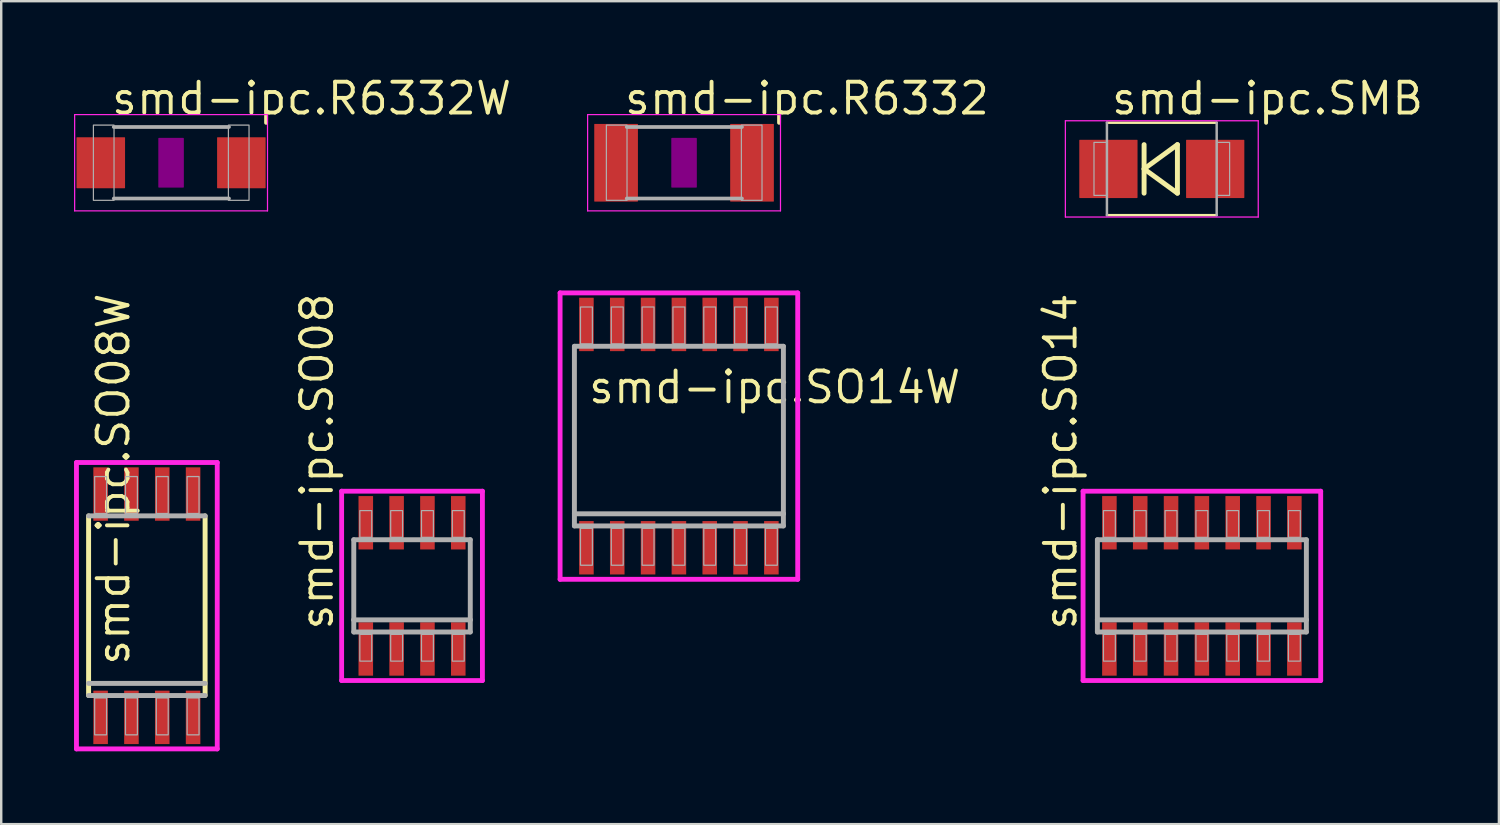
<source format=kicad_pcb>
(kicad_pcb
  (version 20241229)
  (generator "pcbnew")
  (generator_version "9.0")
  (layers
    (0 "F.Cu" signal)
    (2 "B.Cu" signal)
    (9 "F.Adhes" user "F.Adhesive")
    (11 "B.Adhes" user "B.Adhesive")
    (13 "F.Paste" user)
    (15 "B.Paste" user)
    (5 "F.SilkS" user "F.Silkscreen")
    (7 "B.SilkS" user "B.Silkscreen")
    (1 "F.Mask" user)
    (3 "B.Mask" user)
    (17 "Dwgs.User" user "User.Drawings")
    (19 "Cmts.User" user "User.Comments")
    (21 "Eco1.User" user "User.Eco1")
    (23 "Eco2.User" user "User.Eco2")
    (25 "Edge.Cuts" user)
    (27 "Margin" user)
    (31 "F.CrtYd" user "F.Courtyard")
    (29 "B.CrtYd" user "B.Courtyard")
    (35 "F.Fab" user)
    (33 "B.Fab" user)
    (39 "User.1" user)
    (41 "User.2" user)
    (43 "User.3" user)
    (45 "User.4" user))
  (footprint "smd-ipc.SO08"
    (layer "F.Cu")
    (at 13.925 21.087)
    (property "Reference" "smd-ipc.SO08" (at -3.175 1.905 90) (layer "F.SilkS") (effects (font (size 1.27 1.27) (thickness 0.16)) (justify left bottom)))
    (attr smd)
    (fp_line (start -2.9 -3.9) (end 2.9 -3.9) (stroke (width 0.2) (type default)) (layer "F.CrtYd"))
    (fp_line (start -2.9 3.9) (end -2.9 -3.9) (stroke (width 0.2) (type default)) (layer "F.CrtYd"))
    (fp_line (start 2.9 -3.9) (end 2.9 3.9) (stroke (width 0.2) (type default)) (layer "F.CrtYd"))
    (fp_line (start 2.9 3.9) (end -2.9 3.9) (stroke (width 0.2) (type default)) (layer "F.CrtYd"))
    (fp_line (start -2.4 -1.9) (end 2.4 -1.9) (stroke (width 0.203) (type default)) (layer "F.Fab"))
    (fp_line (start -2.4 1.4) (end -2.4 -1.9) (stroke (width 0.203) (type default)) (layer "F.Fab"))
    (fp_line (start -2.4 1.9) (end -2.4 1.4) (stroke (width 0.203) (type default)) (layer "F.Fab"))
    (fp_line (start 2.4 -1.9) (end 2.4 1.4) (stroke (width 0.203) (type default)) (layer "F.Fab"))
    (fp_line (start 2.4 1.4) (end -2.4 1.4) (stroke (width 0.203) (type default)) (layer "F.Fab"))
    (fp_line (start 2.4 1.4) (end 2.4 1.9) (stroke (width 0.203) (type default)) (layer "F.Fab"))
    (fp_line (start 2.4 1.9) (end -2.4 1.9) (stroke (width 0.203) (type default)) (layer "F.Fab"))
    (fp_rect (start -2.15 -2) (end -1.66 -3.1) (stroke (width 0.05) (type default)) (fill no) (layer "F.Fab"))
    (fp_rect (start -2.15 3.1) (end -1.66 2) (stroke (width 0.05) (type default)) (fill no) (layer "F.Fab"))
    (fp_rect (start -0.88 -2) (end -0.39 -3.1) (stroke (width 0.05) (type default)) (fill no) (layer "F.Fab"))
    (fp_rect (start -0.88 3.1) (end -0.39 2) (stroke (width 0.05) (type default)) (fill no) (layer "F.Fab"))
    (fp_rect (start 0.39 -2) (end 0.88 -3.1) (stroke (width 0.05) (type default)) (fill no) (layer "F.Fab"))
    (fp_rect (start 0.39 3.1) (end 0.88 2) (stroke (width 0.05) (type default)) (fill no) (layer "F.Fab"))
    (fp_rect (start 1.66 -2) (end 2.15 -3.1) (stroke (width 0.05) (type default)) (fill no) (layer "F.Fab"))
    (fp_rect (start 1.66 3.1) (end 2.15 2) (stroke (width 0.05) (type default)) (fill no) (layer "F.Fab"))
    (pad "1" smd roundrect (at -1.905 2.6) (size 0.6 2.2) (layers "F.Cu" "F.Mask" "F.Paste") (roundrect_rratio 0.01))
    (pad "2" smd roundrect (at -0.635 2.6) (size 0.6 2.2) (layers "F.Cu" "F.Mask" "F.Paste") (roundrect_rratio 0.01))
    (pad "3" smd roundrect (at 0.635 2.6) (size 0.6 2.2) (layers "F.Cu" "F.Mask" "F.Paste") (roundrect_rratio 0.01))
    (pad "4" smd roundrect (at 1.905 2.6) (size 0.6 2.2) (layers "F.Cu" "F.Mask" "F.Paste") (roundrect_rratio 0.01))
    (pad "5" smd roundrect (at 1.905 -2.6) (size 0.6 2.2) (layers "F.Cu" "F.Mask" "F.Paste") (roundrect_rratio 0.01))
    (pad "6" smd roundrect (at 0.635 -2.6) (size 0.6 2.2) (layers "F.Cu" "F.Mask" "F.Paste") (roundrect_rratio 0.01))
    (pad "7" smd roundrect (at -0.635 -2.6) (size 0.6 2.2) (layers "F.Cu" "F.Mask" "F.Paste") (roundrect_rratio 0.01))
    (pad "8" smd roundrect (at -1.905 -2.6) (size 0.6 2.2) (layers "F.Cu" "F.Mask" "F.Paste") (roundrect_rratio 0.01)))
  (footprint "smd-ipc.SO14"
    (layer "F.Cu")
    (at 46.466 21.087)
    (property "Reference" "smd-ipc.SO14" (at -5.08 1.905 90) (layer "F.SilkS") (effects (font (size 1.27 1.27) (thickness 0.16)) (justify left bottom)))
    (attr smd)
    (fp_line (start -4.895 -3.9) (end 4.895 -3.9) (stroke (width 0.2) (type default)) (layer "F.CrtYd"))
    (fp_line (start -4.895 3.9) (end -4.895 -3.9) (stroke (width 0.2) (type default)) (layer "F.CrtYd"))
    (fp_line (start 4.895 -3.9) (end 4.895 3.9) (stroke (width 0.2) (type default)) (layer "F.CrtYd"))
    (fp_line (start 4.895 3.9) (end -4.895 3.9) (stroke (width 0.2) (type default)) (layer "F.CrtYd"))
    (fp_line (start -4.305 -1.9) (end 4.305 -1.9) (stroke (width 0.203) (type default)) (layer "F.Fab"))
    (fp_line (start -4.305 1.4) (end -4.305 -1.9) (stroke (width 0.203) (type default)) (layer "F.Fab"))
    (fp_line (start -4.305 1.9) (end -4.305 1.4) (stroke (width 0.203) (type default)) (layer "F.Fab"))
    (fp_line (start 4.305 -1.9) (end 4.305 1.4) (stroke (width 0.203) (type default)) (layer "F.Fab"))
    (fp_line (start 4.305 1.4) (end -4.305 1.4) (stroke (width 0.203) (type default)) (layer "F.Fab"))
    (fp_line (start 4.305 1.4) (end 4.305 1.9) (stroke (width 0.203) (type default)) (layer "F.Fab"))
    (fp_line (start 4.305 1.9) (end -4.305 1.9) (stroke (width 0.203) (type default)) (layer "F.Fab"))
    (fp_rect (start -4.055 -2) (end -3.565 -3.1) (stroke (width 0.05) (type default)) (fill no) (layer "F.Fab"))
    (fp_rect (start -4.055 3.1) (end -3.565 2) (stroke (width 0.05) (type default)) (fill no) (layer "F.Fab"))
    (fp_rect (start -2.785 -2) (end -2.295 -3.1) (stroke (width 0.05) (type default)) (fill no) (layer "F.Fab"))
    (fp_rect (start -2.785 3.1) (end -2.295 2) (stroke (width 0.05) (type default)) (fill no) (layer "F.Fab"))
    (fp_rect (start -1.515 -2) (end -1.025 -3.1) (stroke (width 0.05) (type default)) (fill no) (layer "F.Fab"))
    (fp_rect (start -1.515 3.1) (end -1.025 2) (stroke (width 0.05) (type default)) (fill no) (layer "F.Fab"))
    (fp_rect (start -0.245 -2) (end 0.245 -3.1) (stroke (width 0.05) (type default)) (fill no) (layer "F.Fab"))
    (fp_rect (start -0.245 3.1) (end 0.245 2) (stroke (width 0.05) (type default)) (fill no) (layer "F.Fab"))
    (fp_rect (start 1.025 -2) (end 1.515 -3.1) (stroke (width 0.05) (type default)) (fill no) (layer "F.Fab"))
    (fp_rect (start 1.025 3.1) (end 1.515 2) (stroke (width 0.05) (type default)) (fill no) (layer "F.Fab"))
    (fp_rect (start 2.295 -2) (end 2.785 -3.1) (stroke (width 0.05) (type default)) (fill no) (layer "F.Fab"))
    (fp_rect (start 2.295 3.1) (end 2.785 2) (stroke (width 0.05) (type default)) (fill no) (layer "F.Fab"))
    (fp_rect (start 3.565 -2) (end 4.055 -3.1) (stroke (width 0.05) (type default)) (fill no) (layer "F.Fab"))
    (fp_rect (start 3.565 3.1) (end 4.055 2) (stroke (width 0.05) (type default)) (fill no) (layer "F.Fab"))
    (pad "1" smd roundrect (at -3.81 2.6) (size 0.6 2.2) (layers "F.Cu" "F.Mask" "F.Paste") (roundrect_rratio 0.01))
    (pad "2" smd roundrect (at -2.54 2.6) (size 0.6 2.2) (layers "F.Cu" "F.Mask" "F.Paste") (roundrect_rratio 0.01))
    (pad "3" smd roundrect (at -1.27 2.6) (size 0.6 2.2) (layers "F.Cu" "F.Mask" "F.Paste") (roundrect_rratio 0.01))
    (pad "4" smd roundrect (at 0 2.6) (size 0.6 2.2) (layers "F.Cu" "F.Mask" "F.Paste") (roundrect_rratio 0.01))
    (pad "5" smd roundrect (at 1.27 2.6) (size 0.6 2.2) (layers "F.Cu" "F.Mask" "F.Paste") (roundrect_rratio 0.01))
    (pad "6" smd roundrect (at 2.54 2.6) (size 0.6 2.2) (layers "F.Cu" "F.Mask" "F.Paste") (roundrect_rratio 0.01))
    (pad "7" smd roundrect (at 3.81 2.6) (size 0.6 2.2) (layers "F.Cu" "F.Mask" "F.Paste") (roundrect_rratio 0.01))
    (pad "8" smd roundrect (at 3.81 -2.6) (size 0.6 2.2) (layers "F.Cu" "F.Mask" "F.Paste") (roundrect_rratio 0.01))
    (pad "9" smd roundrect (at 2.54 -2.6) (size 0.6 2.2) (layers "F.Cu" "F.Mask" "F.Paste") (roundrect_rratio 0.01))
    (pad "10" smd roundrect (at 1.27 -2.6) (size 0.6 2.2) (layers "F.Cu" "F.Mask" "F.Paste") (roundrect_rratio 0.01))
    (pad "11" smd roundrect (at 0 -2.6) (size 0.6 2.2) (layers "F.Cu" "F.Mask" "F.Paste") (roundrect_rratio 0.01))
    (pad "12" smd roundrect (at -1.27 -2.6) (size 0.6 2.2) (layers "F.Cu" "F.Mask" "F.Paste") (roundrect_rratio 0.01))
    (pad "13" smd roundrect (at -2.54 -2.6) (size 0.6 2.2) (layers "F.Cu" "F.Mask" "F.Paste") (roundrect_rratio 0.01))
    (pad "14" smd roundrect (at -3.81 -2.6) (size 0.6 2.2) (layers "F.Cu" "F.Mask" "F.Paste") (roundrect_rratio 0.01)))
  (footprint "smd-ipc.SO14W"
    (layer "F.Cu")
    (at 24.92 14.917)
    (property "Reference" "smd-ipc.SO14W" (at -3.81 -1.27 0) (layer "F.SilkS") (effects (font (size 1.27 1.27) (thickness 0.16)) (justify left bottom)))
    (attr smd)
    (fp_line (start -4.895 -5.9) (end 4.895 -5.9) (stroke (width 0.2) (type default)) (layer "F.CrtYd"))
    (fp_line (start -4.895 5.9) (end -4.895 -5.9) (stroke (width 0.2) (type default)) (layer "F.CrtYd"))
    (fp_line (start 4.895 -5.9) (end 4.895 5.9) (stroke (width 0.2) (type default)) (layer "F.CrtYd"))
    (fp_line (start 4.895 5.9) (end -4.895 5.9) (stroke (width 0.2) (type default)) (layer "F.CrtYd"))
    (fp_line (start -4.305 -3.7) (end 4.305 -3.7) (stroke (width 0.203) (type default)) (layer "F.Fab"))
    (fp_line (start -4.305 3.2) (end -4.305 -3.7) (stroke (width 0.203) (type default)) (layer "F.Fab"))
    (fp_line (start -4.305 3.7) (end -4.305 3.2) (stroke (width 0.203) (type default)) (layer "F.Fab"))
    (fp_line (start 4.305 -3.7) (end 4.305 3.2) (stroke (width 0.203) (type default)) (layer "F.Fab"))
    (fp_line (start 4.305 3.2) (end -4.305 3.2) (stroke (width 0.203) (type default)) (layer "F.Fab"))
    (fp_line (start 4.305 3.2) (end 4.305 3.7) (stroke (width 0.203) (type default)) (layer "F.Fab"))
    (fp_line (start 4.305 3.7) (end -4.305 3.7) (stroke (width 0.203) (type default)) (layer "F.Fab"))
    (fp_rect (start -4.055 -3.8) (end -3.565 -5.32) (stroke (width 0.05) (type default)) (fill no) (layer "F.Fab"))
    (fp_rect (start -4.055 5.32) (end -3.565 3.8) (stroke (width 0.05) (type default)) (fill no) (layer "F.Fab"))
    (fp_rect (start -2.785 -3.8) (end -2.295 -5.32) (stroke (width 0.05) (type default)) (fill no) (layer "F.Fab"))
    (fp_rect (start -2.785 5.32) (end -2.295 3.8) (stroke (width 0.05) (type default)) (fill no) (layer "F.Fab"))
    (fp_rect (start -1.515 -3.8) (end -1.025 -5.32) (stroke (width 0.05) (type default)) (fill no) (layer "F.Fab"))
    (fp_rect (start -1.515 5.32) (end -1.025 3.8) (stroke (width 0.05) (type default)) (fill no) (layer "F.Fab"))
    (fp_rect (start -0.245 -3.8) (end 0.245 -5.32) (stroke (width 0.05) (type default)) (fill no) (layer "F.Fab"))
    (fp_rect (start -0.245 5.32) (end 0.245 3.8) (stroke (width 0.05) (type default)) (fill no) (layer "F.Fab"))
    (fp_rect (start 1.025 -3.8) (end 1.515 -5.32) (stroke (width 0.05) (type default)) (fill no) (layer "F.Fab"))
    (fp_rect (start 1.025 5.32) (end 1.515 3.8) (stroke (width 0.05) (type default)) (fill no) (layer "F.Fab"))
    (fp_rect (start 2.295 -3.8) (end 2.785 -5.32) (stroke (width 0.05) (type default)) (fill no) (layer "F.Fab"))
    (fp_rect (start 2.295 5.32) (end 2.785 3.8) (stroke (width 0.05) (type default)) (fill no) (layer "F.Fab"))
    (fp_rect (start 3.565 -3.8) (end 4.055 -5.32) (stroke (width 0.05) (type default)) (fill no) (layer "F.Fab"))
    (fp_rect (start 3.565 5.32) (end 4.055 3.8) (stroke (width 0.05) (type default)) (fill no) (layer "F.Fab"))
    (pad "1" smd roundrect (at -3.81 4.6) (size 0.6 2.2) (layers "F.Cu" "F.Mask" "F.Paste") (roundrect_rratio 0.01))
    (pad "2" smd roundrect (at -2.54 4.6) (size 0.6 2.2) (layers "F.Cu" "F.Mask" "F.Paste") (roundrect_rratio 0.01))
    (pad "3" smd roundrect (at -1.27 4.6) (size 0.6 2.2) (layers "F.Cu" "F.Mask" "F.Paste") (roundrect_rratio 0.01))
    (pad "4" smd roundrect (at 0 4.6) (size 0.6 2.2) (layers "F.Cu" "F.Mask" "F.Paste") (roundrect_rratio 0.01))
    (pad "5" smd roundrect (at 1.27 4.6) (size 0.6 2.2) (layers "F.Cu" "F.Mask" "F.Paste") (roundrect_rratio 0.01))
    (pad "6" smd roundrect (at 2.54 4.6) (size 0.6 2.2) (layers "F.Cu" "F.Mask" "F.Paste") (roundrect_rratio 0.01))
    (pad "7" smd roundrect (at 3.81 4.6) (size 0.6 2.2) (layers "F.Cu" "F.Mask" "F.Paste") (roundrect_rratio 0.01))
    (pad "8" smd roundrect (at 3.81 -4.6) (size 0.6 2.2) (layers "F.Cu" "F.Mask" "F.Paste") (roundrect_rratio 0.01))
    (pad "9" smd roundrect (at 2.54 -4.6) (size 0.6 2.2) (layers "F.Cu" "F.Mask" "F.Paste") (roundrect_rratio 0.01))
    (pad "10" smd roundrect (at 1.27 -4.6) (size 0.6 2.2) (layers "F.Cu" "F.Mask" "F.Paste") (roundrect_rratio 0.01))
    (pad "11" smd roundrect (at 0 -4.6) (size 0.6 2.2) (layers "F.Cu" "F.Mask" "F.Paste") (roundrect_rratio 0.01))
    (pad "12" smd roundrect (at -1.27 -4.6) (size 0.6 2.2) (layers "F.Cu" "F.Mask" "F.Paste") (roundrect_rratio 0.01))
    (pad "13" smd roundrect (at -2.54 -4.6) (size 0.6 2.2) (layers "F.Cu" "F.Mask" "F.Paste") (roundrect_rratio 0.01))
    (pad "14" smd roundrect (at -3.81 -4.6) (size 0.6 2.2) (layers "F.Cu" "F.Mask" "F.Paste") (roundrect_rratio 0.01)))
  (footprint "smd-ipc.R6332W"
    (layer "F.Cu")
    (at 3.998 3.655)
    (property "Reference" "smd-ipc.R6332W" (at -2.54 -1.905 0) (layer "F.SilkS") (effects (font (size 1.27 1.27) (thickness 0.16)) (justify left bottom)))
    (attr smd)
    (fp_rect (start -0.5 1) (end 0.5 -1) (stroke (width 0.05) (type default)) (fill yes) (layer "F.Adhes"))
    (fp_line (start -3.973 -1.983) (end 3.973 -1.983) (stroke (width 0.051) (type default)) (layer "F.CrtYd"))
    (fp_line (start -3.973 1.983) (end -3.973 -1.983) (stroke (width 0.051) (type default)) (layer "F.CrtYd"))
    (fp_line (start 3.973 -1.983) (end 3.973 1.983) (stroke (width 0.051) (type default)) (layer "F.CrtYd"))
    (fp_line (start 3.973 1.983) (end -3.973 1.983) (stroke (width 0.051) (type default)) (layer "F.CrtYd"))
    (fp_line (start -2.362 -1.473) (end 2.387 -1.473) (stroke (width 0.152) (type default)) (layer "F.Fab"))
    (fp_line (start -2.362 1.473) (end 2.387 1.473) (stroke (width 0.152) (type default)) (layer "F.Fab"))
    (fp_rect (start -3.2 1.549) (end -2.35 -1.551) (stroke (width 0.05) (type default)) (fill no) (layer "F.Fab"))
    (fp_rect (start 2.362 1.549) (end 3.212 -1.551) (stroke (width 0.05) (type default)) (fill no) (layer "F.Fab"))
    (pad "1" smd roundrect (at -2.896 0) (size 2 2.1) (layers "F.Cu" "F.Mask" "F.Paste") (roundrect_rratio 0.01))
    (pad "2" smd roundrect (at 2.896 0) (size 2 2.1) (layers "F.Cu" "F.Mask" "F.Paste") (roundrect_rratio 0.01)))
  (footprint "smd-ipc.SO08W"
    (layer "F.Cu")
    (at 3 21.904)
    (property "Reference" "smd-ipc.SO08W" (at -0.635 2.54 90) (layer "F.SilkS") (effects (font (size 1.27 1.27) (thickness 0.16)) (justify left bottom)))
    (attr smd)
    (fp_line (start -2.4 3.7) (end -2.4 -3.7) (stroke (width 0.203) (type default)) (layer "F.SilkS"))
    (fp_line (start 2.4 -3.7) (end 2.4 3.7) (stroke (width 0.203) (type default)) (layer "F.SilkS"))
    (fp_line (start -2.9 -5.9) (end 2.9 -5.9) (stroke (width 0.2) (type default)) (layer "F.CrtYd"))
    (fp_line (start -2.9 5.9) (end -2.9 -5.9) (stroke (width 0.2) (type default)) (layer "F.CrtYd"))
    (fp_line (start 2.9 -5.9) (end 2.9 5.9) (stroke (width 0.2) (type default)) (layer "F.CrtYd"))
    (fp_line (start 2.9 5.9) (end -2.9 5.9) (stroke (width 0.2) (type default)) (layer "F.CrtYd"))
    (fp_line (start -2.4 -3.7) (end 2.4 -3.7) (stroke (width 0.203) (type default)) (layer "F.Fab"))
    (fp_line (start 2.4 3.2) (end -2.4 3.2) (stroke (width 0.203) (type default)) (layer "F.Fab"))
    (fp_line (start 2.4 3.7) (end -2.4 3.7) (stroke (width 0.203) (type default)) (layer "F.Fab"))
    (fp_rect (start -2.15 -3.8) (end -1.66 -5.32) (stroke (width 0.05) (type default)) (fill no) (layer "F.Fab"))
    (fp_rect (start -2.15 5.32) (end -1.66 3.8) (stroke (width 0.05) (type default)) (fill no) (layer "F.Fab"))
    (fp_rect (start -0.88 -3.8) (end -0.39 -5.32) (stroke (width 0.05) (type default)) (fill no) (layer "F.Fab"))
    (fp_rect (start -0.88 5.32) (end -0.39 3.8) (stroke (width 0.05) (type default)) (fill no) (layer "F.Fab"))
    (fp_rect (start 0.39 -3.8) (end 0.88 -5.32) (stroke (width 0.05) (type default)) (fill no) (layer "F.Fab"))
    (fp_rect (start 0.39 5.32) (end 0.88 3.8) (stroke (width 0.05) (type default)) (fill no) (layer "F.Fab"))
    (fp_rect (start 1.66 -3.8) (end 2.15 -5.32) (stroke (width 0.05) (type default)) (fill no) (layer "F.Fab"))
    (fp_rect (start 1.66 5.32) (end 2.15 3.8) (stroke (width 0.05) (type default)) (fill no) (layer "F.Fab"))
    (pad "1" smd roundrect (at -1.905 4.6) (size 0.6 2.2) (layers "F.Cu" "F.Mask" "F.Paste") (roundrect_rratio 0.01))
    (pad "2" smd roundrect (at -0.635 4.6) (size 0.6 2.2) (layers "F.Cu" "F.Mask" "F.Paste") (roundrect_rratio 0.01))
    (pad "3" smd roundrect (at 0.635 4.6) (size 0.6 2.2) (layers "F.Cu" "F.Mask" "F.Paste") (roundrect_rratio 0.01))
    (pad "4" smd roundrect (at 1.905 4.6) (size 0.6 2.2) (layers "F.Cu" "F.Mask" "F.Paste") (roundrect_rratio 0.01))
    (pad "5" smd roundrect (at 1.905 -4.6) (size 0.6 2.2) (layers "F.Cu" "F.Mask" "F.Paste") (roundrect_rratio 0.01))
    (pad "6" smd roundrect (at 0.635 -4.6) (size 0.6 2.2) (layers "F.Cu" "F.Mask" "F.Paste") (roundrect_rratio 0.01))
    (pad "7" smd roundrect (at -0.635 -4.6) (size 0.6 2.2) (layers "F.Cu" "F.Mask" "F.Paste") (roundrect_rratio 0.01))
    (pad "8" smd roundrect (at -1.905 -4.6) (size 0.6 2.2) (layers "F.Cu" "F.Mask" "F.Paste") (roundrect_rratio 0.01)))
  (footprint "smd-ipc.R6332"
    (layer "F.Cu")
    (at 25.132 3.655)
    (property "Reference" "smd-ipc.R6332" (at -2.54 -1.905 0) (layer "F.SilkS") (effects (font (size 1.27 1.27) (thickness 0.16)) (justify left bottom)))
    (attr smd)
    (fp_rect (start -0.5 1) (end 0.5 -1) (stroke (width 0.05) (type default)) (fill yes) (layer "F.Adhes"))
    (fp_line (start -3.973 -1.983) (end 3.973 -1.983) (stroke (width 0.051) (type default)) (layer "F.CrtYd"))
    (fp_line (start -3.973 1.983) (end -3.973 -1.983) (stroke (width 0.051) (type default)) (layer "F.CrtYd"))
    (fp_line (start 3.973 -1.983) (end 3.973 1.983) (stroke (width 0.051) (type default)) (layer "F.CrtYd"))
    (fp_line (start 3.973 1.983) (end -3.973 1.983) (stroke (width 0.051) (type default)) (layer "F.CrtYd"))
    (fp_line (start -2.362 -1.473) (end 2.387 -1.473) (stroke (width 0.152) (type default)) (layer "F.Fab"))
    (fp_line (start -2.362 1.473) (end 2.387 1.473) (stroke (width 0.152) (type default)) (layer "F.Fab"))
    (fp_rect (start -3.2 1.549) (end -2.35 -1.551) (stroke (width 0.05) (type default)) (fill no) (layer "F.Fab"))
    (fp_rect (start 2.362 1.549) (end 3.212 -1.551) (stroke (width 0.05) (type default)) (fill no) (layer "F.Fab"))
    (pad "1" smd roundrect (at -2.8 0) (size 1.8 3.2) (layers "F.Cu" "F.Mask" "F.Paste") (roundrect_rratio 0.01))
    (pad "2" smd roundrect (at 2.8 0) (size 1.8 3.2) (layers "F.Cu" "F.Mask" "F.Paste") (roundrect_rratio 0.01)))
  (footprint "smd-ipc.SMB"
    (layer "F.Cu")
    (at 44.815 3.909)
    (property "Reference" "smd-ipc.SMB" (at -2.159 -2.159 0) (layer "F.SilkS") (effects (font (size 1.27 1.27) (thickness 0.16)) (justify left bottom)))
    (attr smd)
    (fp_line (start -2.261 -1.905) (end 2.261 -1.905) (stroke (width 0.102) (type default)) (layer "F.SilkS"))
    (fp_line (start -2.261 1.905) (end 2.261 1.905) (stroke (width 0.102) (type default)) (layer "F.SilkS"))
    (fp_line (start -0.73 -1) (end -0.73 1) (stroke (width 0.203) (type default)) (layer "F.SilkS"))
    (fp_line (start -0.73 0) (end 0.643 1) (stroke (width 0.203) (type default)) (layer "F.SilkS"))
    (fp_line (start 0.643 -1) (end -0.73 0) (stroke (width 0.203) (type default)) (layer "F.SilkS"))
    (fp_line (start 0.643 1) (end 0.643 -1) (stroke (width 0.203) (type default)) (layer "F.SilkS"))
    (fp_line (start -3.973 -1.983) (end 3.973 -1.983) (stroke (width 0.051) (type default)) (layer "F.CrtYd"))
    (fp_line (start -3.973 1.983) (end -3.973 -1.983) (stroke (width 0.051) (type default)) (layer "F.CrtYd"))
    (fp_line (start 3.973 -1.983) (end 3.973 1.983) (stroke (width 0.051) (type default)) (layer "F.CrtYd"))
    (fp_line (start 3.973 1.983) (end -3.973 1.983) (stroke (width 0.051) (type default)) (layer "F.CrtYd"))
    (fp_line (start -2.261 1.905) (end -2.261 -1.905) (stroke (width 0.102) (type default)) (layer "F.Fab"))
    (fp_line (start 2.261 1.905) (end 2.261 -1.905) (stroke (width 0.102) (type default)) (layer "F.Fab"))
    (fp_rect (start -2.794 1.092) (end -2.261 -1.092) (stroke (width 0.05) (type default)) (fill no) (layer "F.Fab"))
    (fp_rect (start 2.261 1.092) (end 2.794 -1.092) (stroke (width 0.05) (type default)) (fill no) (layer "F.Fab"))
    (pad "1" smd roundrect (at -2.2 0) (size 2.4 2.4) (layers "F.Cu" "F.Mask" "F.Paste") (roundrect_rratio 0.01))
    (pad "2" smd roundrect (at 2.2 0) (size 2.4 2.4) (layers "F.Cu" "F.Mask" "F.Paste") (roundrect_rratio 0.01)))
  (gr_rect
    (start -3 -3)
    (end 58.703 30.904)
    (stroke (width 0.1) (type default))
    (fill no)
    (layer "Edge.Cuts")))
</source>
